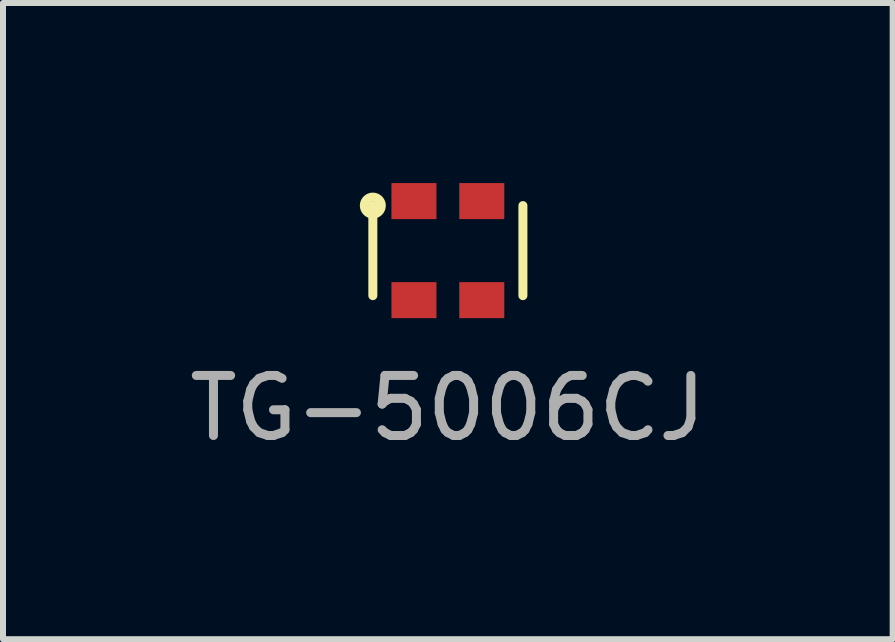
<source format=kicad_pcb>
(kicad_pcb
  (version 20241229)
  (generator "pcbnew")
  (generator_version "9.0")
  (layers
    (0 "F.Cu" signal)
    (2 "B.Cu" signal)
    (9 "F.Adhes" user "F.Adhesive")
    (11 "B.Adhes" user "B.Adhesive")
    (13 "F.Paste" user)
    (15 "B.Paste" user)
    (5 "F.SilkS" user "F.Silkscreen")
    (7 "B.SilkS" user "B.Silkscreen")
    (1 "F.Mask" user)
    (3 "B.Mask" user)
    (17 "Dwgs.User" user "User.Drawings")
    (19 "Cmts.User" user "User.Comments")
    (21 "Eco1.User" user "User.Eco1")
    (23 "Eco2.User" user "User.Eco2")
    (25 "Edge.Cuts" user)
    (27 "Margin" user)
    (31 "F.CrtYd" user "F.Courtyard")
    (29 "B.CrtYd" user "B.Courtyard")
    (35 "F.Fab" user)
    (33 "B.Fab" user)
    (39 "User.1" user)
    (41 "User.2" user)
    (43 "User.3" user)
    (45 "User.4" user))
  (footprint "TG-5006CJ"
    (layer "F.Cu")
    (at 4.411 1.125)
    (property "Reference" "TG-5006CJ" (at 0 2.625 0) (layer "F.Fab") (effects (font (size 1 1) (thickness 0.15))))
    (attr through_hole)
    (fp_line (start -1.25 0.75) (end -1.25 -0.75) (stroke (width 0.15) (type solid)) (layer "F.SilkS"))
    (fp_line (start 1.25 -0.75) (end 1.25 0.75) (stroke (width 0.15) (type solid)) (layer "F.SilkS"))
    (fp_circle (center -1.25 -0.75) (end -1.15 -0.65) (stroke (width 0.15) (type solid)) (fill no) (layer "F.SilkS"))
    (pad "1" smd rect (at -0.565 -0.825) (size 0.75 0.6) (layers "F.Cu" "F.Mask" "F.Paste"))
    (pad "2" smd rect (at -0.565 0.825) (size 0.75 0.6) (layers "F.Cu" "F.Mask" "F.Paste"))
    (pad "3" smd rect (at 0.565 0.825) (size 0.75 0.6) (layers "F.Cu" "F.Mask" "F.Paste"))
    (pad "4" smd rect (at 0.565 -0.825) (size 0.75 0.6) (layers "F.Cu" "F.Mask" "F.Paste")))
  (gr_rect
    (start -3 -3)
    (end 11.821 7.598)
    (stroke (width 0.1) (type default))
    (fill no)
    (layer "Edge.Cuts")))
</source>
